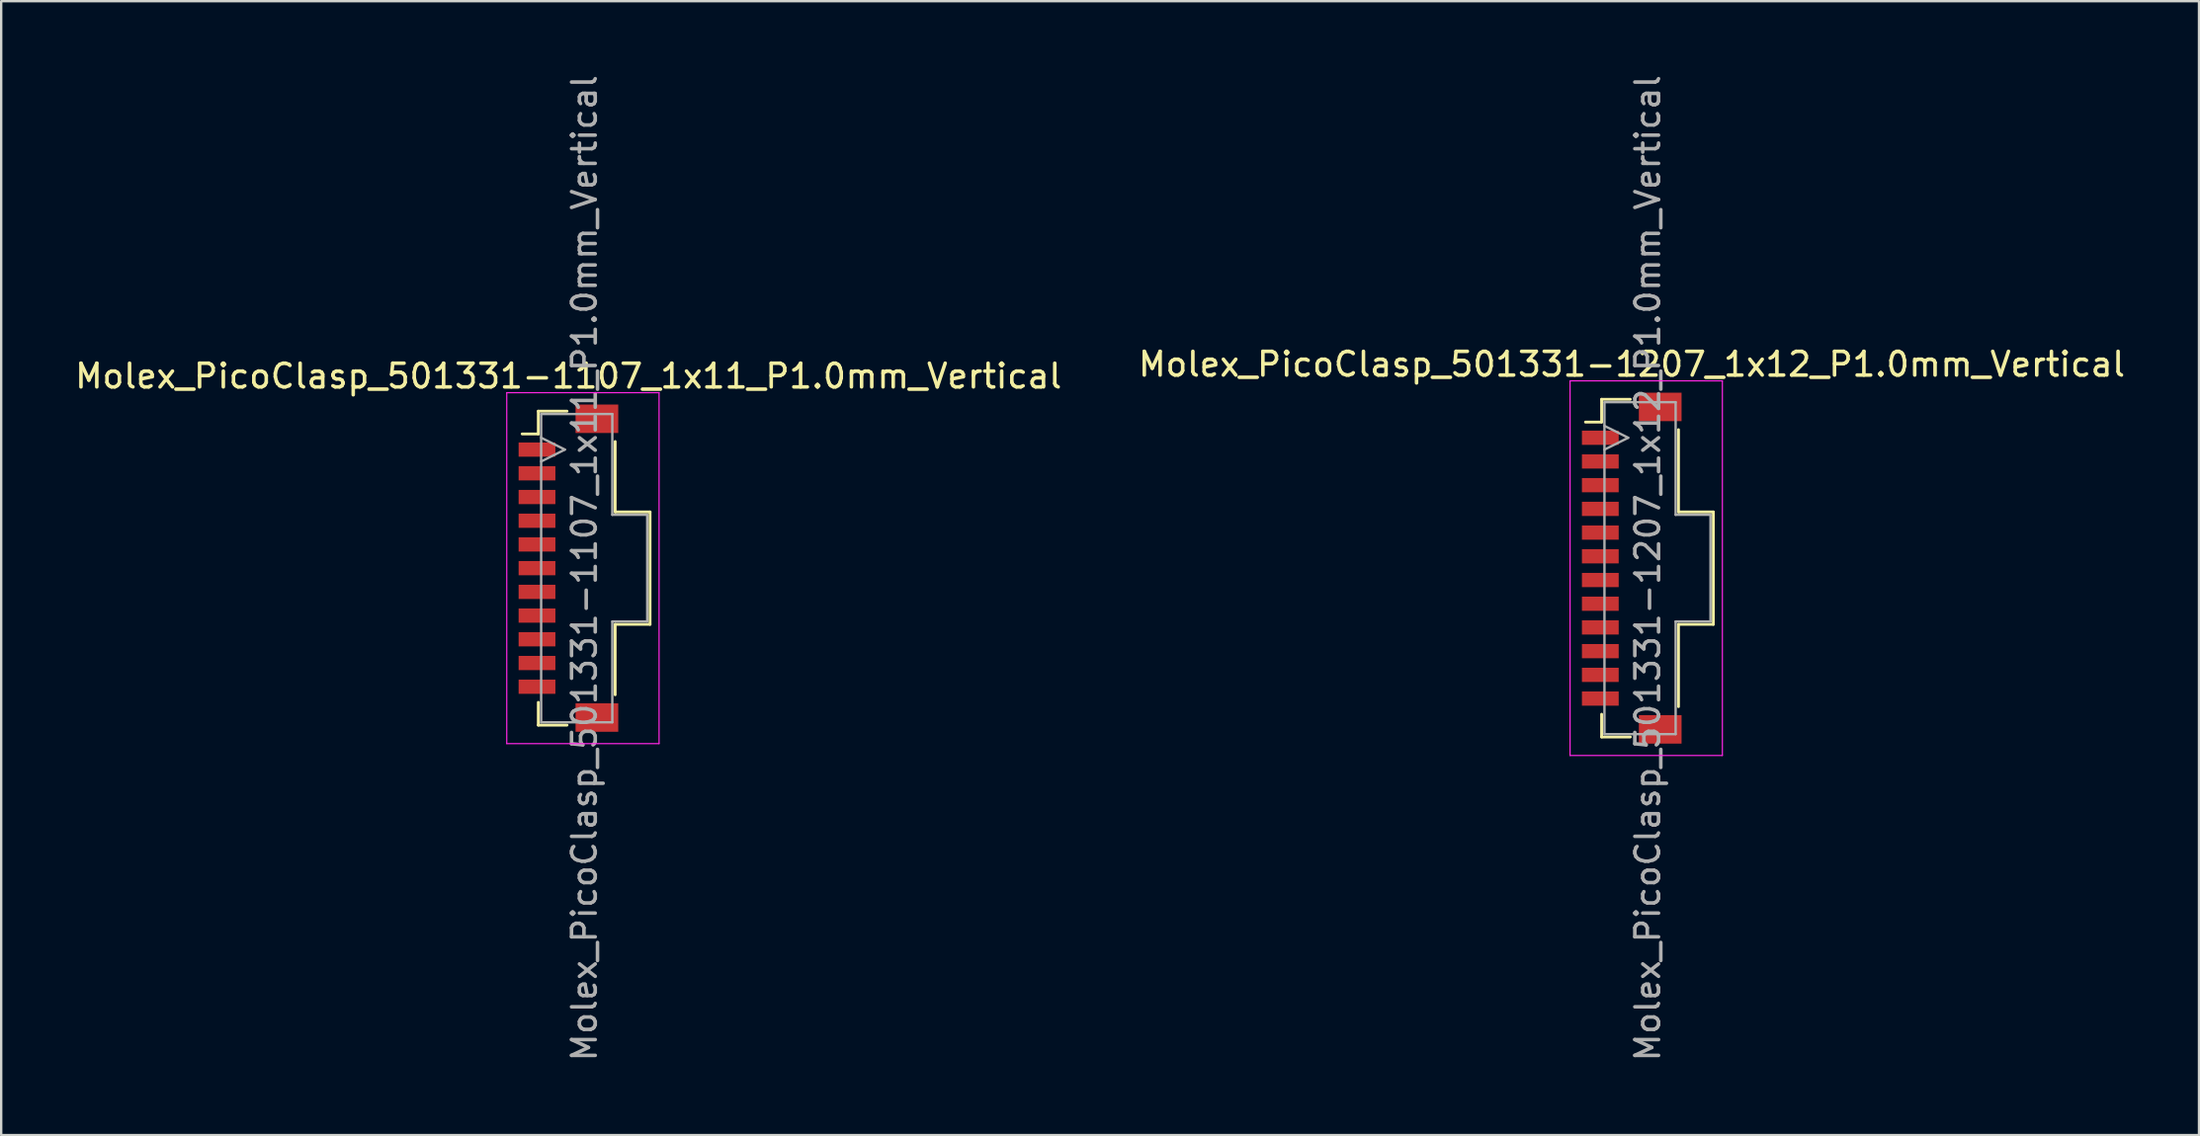
<source format=kicad_pcb>
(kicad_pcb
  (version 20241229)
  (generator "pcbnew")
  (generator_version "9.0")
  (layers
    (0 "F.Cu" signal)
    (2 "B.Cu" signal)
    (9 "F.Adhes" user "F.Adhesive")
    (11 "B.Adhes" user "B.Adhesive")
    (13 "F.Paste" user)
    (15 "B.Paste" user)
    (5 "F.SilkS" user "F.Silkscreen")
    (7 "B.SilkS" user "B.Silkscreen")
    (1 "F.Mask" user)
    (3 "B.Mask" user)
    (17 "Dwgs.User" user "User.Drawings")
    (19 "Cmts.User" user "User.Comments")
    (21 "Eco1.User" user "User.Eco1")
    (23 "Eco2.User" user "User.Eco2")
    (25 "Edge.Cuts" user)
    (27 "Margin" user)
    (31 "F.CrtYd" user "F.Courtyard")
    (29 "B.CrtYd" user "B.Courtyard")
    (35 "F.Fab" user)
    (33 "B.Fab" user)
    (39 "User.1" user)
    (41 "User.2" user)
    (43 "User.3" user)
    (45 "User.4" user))
  (footprint "Molex_PicoClasp_501331-1207_1x12_P1.0mm_Vertical"
    (layer "F.Cu")
    (at 65.732 20.911)
    (property "Reference" "Molex_PicoClasp_501331-1207_1x12_P1.0mm_Vertical" (at 0 -8.6 0) (layer "F.SilkS") (effects (font (size 1 1) (thickness 0.15))))
    (attr smd)
    (fp_line (start -1.95 -6.16) (end -1.27 -6.16) (stroke (width 0.12) (type solid)) (layer "F.SilkS"))
    (fp_line (start -1.27 -7.12) (end -0.06 -7.12) (stroke (width 0.12) (type solid)) (layer "F.SilkS"))
    (fp_line (start -1.27 -6.16) (end -1.27 -7.12) (stroke (width 0.12) (type solid)) (layer "F.SilkS"))
    (fp_line (start -1.27 6.16) (end -1.27 7.12) (stroke (width 0.12) (type solid)) (layer "F.SilkS"))
    (fp_line (start -1.27 7.12) (end -0.06 7.12) (stroke (width 0.12) (type solid)) (layer "F.SilkS"))
    (fp_line (start 1.97 -5.84) (end 1.97 -2.37) (stroke (width 0.12) (type solid)) (layer "F.SilkS"))
    (fp_line (start 1.97 -2.37) (end 3.44 -2.37) (stroke (width 0.12) (type solid)) (layer "F.SilkS"))
    (fp_line (start 1.97 2.37) (end 1.97 5.84) (stroke (width 0.12) (type solid)) (layer "F.SilkS"))
    (fp_line (start 3.44 -2.37) (end 3.44 2.37) (stroke (width 0.12) (type solid)) (layer "F.SilkS"))
    (fp_line (start 3.44 2.37) (end 1.97 2.37) (stroke (width 0.12) (type solid)) (layer "F.SilkS"))
    (fp_line (start -2.6 -7.9) (end -2.6 7.9) (stroke (width 0.05) (type solid)) (layer "F.CrtYd"))
    (fp_line (start -2.6 7.9) (end 3.82 7.9) (stroke (width 0.05) (type solid)) (layer "F.CrtYd"))
    (fp_line (start 3.82 -7.9) (end -2.6 -7.9) (stroke (width 0.05) (type solid)) (layer "F.CrtYd"))
    (fp_line (start 3.82 7.9) (end 3.82 -7.9) (stroke (width 0.05) (type solid)) (layer "F.CrtYd"))
    (fp_line (start -1.15 -7) (end 1.85 -7) (stroke (width 0.1) (type solid)) (layer "F.Fab"))
    (fp_line (start -1.15 -5) (end -0.15 -5.5) (stroke (width 0.1) (type solid)) (layer "F.Fab"))
    (fp_line (start -1.15 7) (end -1.15 -7) (stroke (width 0.1) (type solid)) (layer "F.Fab"))
    (fp_line (start -0.15 -5.5) (end -1.15 -6) (stroke (width 0.1) (type solid)) (layer "F.Fab"))
    (fp_line (start 1.85 -7) (end 1.85 -2.25) (stroke (width 0.1) (type solid)) (layer "F.Fab"))
    (fp_line (start 1.85 -2.25) (end 3.32 -2.25) (stroke (width 0.1) (type solid)) (layer "F.Fab"))
    (fp_line (start 1.85 2.25) (end 1.85 7) (stroke (width 0.1) (type solid)) (layer "F.Fab"))
    (fp_line (start 1.85 7) (end -1.15 7) (stroke (width 0.1) (type solid)) (layer "F.Fab"))
    (fp_line (start 3.32 -2.25) (end 3.32 2.25) (stroke (width 0.1) (type solid)) (layer "F.Fab"))
    (fp_line (start 3.32 2.25) (end 1.85 2.25) (stroke (width 0.1) (type solid)) (layer "F.Fab"))
    (fp_text user "${REFERENCE}" (at 0.675 0 90) (layer "F.Fab") (effects (font (size 1 1) (thickness 0.15))))
    (pad "" smd rect (at 1.2 -6.8) (size 1.8 1.2) (layers "F.Cu" "F.Mask" "F.Paste"))
    (pad "" smd rect (at 1.2 6.8) (size 1.8 1.2) (layers "F.Cu" "F.Mask" "F.Paste"))
    (pad "1" smd rect (at -1.325 -5.5) (size 1.55 0.6) (layers "F.Cu" "F.Mask" "F.Paste"))
    (pad "2" smd rect (at -1.325 -4.5) (size 1.55 0.6) (layers "F.Cu" "F.Mask" "F.Paste"))
    (pad "3" smd rect (at -1.325 -3.5) (size 1.55 0.6) (layers "F.Cu" "F.Mask" "F.Paste"))
    (pad "4" smd rect (at -1.325 -2.5) (size 1.55 0.6) (layers "F.Cu" "F.Mask" "F.Paste"))
    (pad "5" smd rect (at -1.325 -1.5) (size 1.55 0.6) (layers "F.Cu" "F.Mask" "F.Paste"))
    (pad "6" smd rect (at -1.325 -0.5) (size 1.55 0.6) (layers "F.Cu" "F.Mask" "F.Paste"))
    (pad "7" smd rect (at -1.325 0.5) (size 1.55 0.6) (layers "F.Cu" "F.Mask" "F.Paste"))
    (pad "8" smd rect (at -1.325 1.5) (size 1.55 0.6) (layers "F.Cu" "F.Mask" "F.Paste"))
    (pad "9" smd rect (at -1.325 2.5) (size 1.55 0.6) (layers "F.Cu" "F.Mask" "F.Paste"))
    (pad "10" smd rect (at -1.325 3.5) (size 1.55 0.6) (layers "F.Cu" "F.Mask" "F.Paste"))
    (pad "11" smd rect (at -1.325 4.5) (size 1.55 0.6) (layers "F.Cu" "F.Mask" "F.Paste"))
    (pad "12" smd rect (at -1.325 5.5) (size 1.55 0.6) (layers "F.Cu" "F.Mask" "F.Paste")))
  (footprint "Molex_PicoClasp_501331-1107_1x11_P1.0mm_Vertical"
    (layer "F.Cu")
    (at 20.911 20.911)
    (property "Reference" "Molex_PicoClasp_501331-1107_1x11_P1.0mm_Vertical" (at 0 -8.1 0) (layer "F.SilkS") (effects (font (size 1 1) (thickness 0.15))))
    (attr smd)
    (fp_line (start -1.95 -5.66) (end -1.27 -5.66) (stroke (width 0.12) (type solid)) (layer "F.SilkS"))
    (fp_line (start -1.27 -6.62) (end -0.06 -6.62) (stroke (width 0.12) (type solid)) (layer "F.SilkS"))
    (fp_line (start -1.27 -5.66) (end -1.27 -6.62) (stroke (width 0.12) (type solid)) (layer "F.SilkS"))
    (fp_line (start -1.27 5.66) (end -1.27 6.62) (stroke (width 0.12) (type solid)) (layer "F.SilkS"))
    (fp_line (start -1.27 6.62) (end -0.06 6.62) (stroke (width 0.12) (type solid)) (layer "F.SilkS"))
    (fp_line (start 1.97 -5.34) (end 1.97 -2.37) (stroke (width 0.12) (type solid)) (layer "F.SilkS"))
    (fp_line (start 1.97 -2.37) (end 3.44 -2.37) (stroke (width 0.12) (type solid)) (layer "F.SilkS"))
    (fp_line (start 1.97 2.37) (end 1.97 5.34) (stroke (width 0.12) (type solid)) (layer "F.SilkS"))
    (fp_line (start 3.44 -2.37) (end 3.44 2.37) (stroke (width 0.12) (type solid)) (layer "F.SilkS"))
    (fp_line (start 3.44 2.37) (end 1.97 2.37) (stroke (width 0.12) (type solid)) (layer "F.SilkS"))
    (fp_line (start -2.6 -7.4) (end -2.6 7.4) (stroke (width 0.05) (type solid)) (layer "F.CrtYd"))
    (fp_line (start -2.6 7.4) (end 3.82 7.4) (stroke (width 0.05) (type solid)) (layer "F.CrtYd"))
    (fp_line (start 3.82 -7.4) (end -2.6 -7.4) (stroke (width 0.05) (type solid)) (layer "F.CrtYd"))
    (fp_line (start 3.82 7.4) (end 3.82 -7.4) (stroke (width 0.05) (type solid)) (layer "F.CrtYd"))
    (fp_line (start -1.15 -6.5) (end 1.85 -6.5) (stroke (width 0.1) (type solid)) (layer "F.Fab"))
    (fp_line (start -1.15 -4.5) (end -0.15 -5) (stroke (width 0.1) (type solid)) (layer "F.Fab"))
    (fp_line (start -1.15 6.5) (end -1.15 -6.5) (stroke (width 0.1) (type solid)) (layer "F.Fab"))
    (fp_line (start -0.15 -5) (end -1.15 -5.5) (stroke (width 0.1) (type solid)) (layer "F.Fab"))
    (fp_line (start 1.85 -6.5) (end 1.85 -2.25) (stroke (width 0.1) (type solid)) (layer "F.Fab"))
    (fp_line (start 1.85 -2.25) (end 3.32 -2.25) (stroke (width 0.1) (type solid)) (layer "F.Fab"))
    (fp_line (start 1.85 2.25) (end 1.85 6.5) (stroke (width 0.1) (type solid)) (layer "F.Fab"))
    (fp_line (start 1.85 6.5) (end -1.15 6.5) (stroke (width 0.1) (type solid)) (layer "F.Fab"))
    (fp_line (start 3.32 -2.25) (end 3.32 2.25) (stroke (width 0.1) (type solid)) (layer "F.Fab"))
    (fp_line (start 3.32 2.25) (end 1.85 2.25) (stroke (width 0.1) (type solid)) (layer "F.Fab"))
    (fp_text user "${REFERENCE}" (at 0.675 0 90) (layer "F.Fab") (effects (font (size 1 1) (thickness 0.15))))
    (pad "" smd rect (at 1.2 -6.3) (size 1.8 1.2) (layers "F.Cu" "F.Mask" "F.Paste"))
    (pad "" smd rect (at 1.2 6.3) (size 1.8 1.2) (layers "F.Cu" "F.Mask" "F.Paste"))
    (pad "1" smd rect (at -1.325 -5) (size 1.55 0.6) (layers "F.Cu" "F.Mask" "F.Paste"))
    (pad "2" smd rect (at -1.325 -4) (size 1.55 0.6) (layers "F.Cu" "F.Mask" "F.Paste"))
    (pad "3" smd rect (at -1.325 -3) (size 1.55 0.6) (layers "F.Cu" "F.Mask" "F.Paste"))
    (pad "4" smd rect (at -1.325 -2) (size 1.55 0.6) (layers "F.Cu" "F.Mask" "F.Paste"))
    (pad "5" smd rect (at -1.325 -1) (size 1.55 0.6) (layers "F.Cu" "F.Mask" "F.Paste"))
    (pad "6" smd rect (at -1.325 0) (size 1.55 0.6) (layers "F.Cu" "F.Mask" "F.Paste"))
    (pad "7" smd rect (at -1.325 1) (size 1.55 0.6) (layers "F.Cu" "F.Mask" "F.Paste"))
    (pad "8" smd rect (at -1.325 2) (size 1.55 0.6) (layers "F.Cu" "F.Mask" "F.Paste"))
    (pad "9" smd rect (at -1.325 3) (size 1.55 0.6) (layers "F.Cu" "F.Mask" "F.Paste"))
    (pad "10" smd rect (at -1.325 4) (size 1.55 0.6) (layers "F.Cu" "F.Mask" "F.Paste"))
    (pad "11" smd rect (at -1.325 5) (size 1.55 0.6) (layers "F.Cu" "F.Mask" "F.Paste")))
  (gr_rect
    (start -3 -3)
    (end 89.643 44.821)
    (stroke (width 0.1) (type default))
    (fill no)
    (layer "Edge.Cuts")))
</source>
